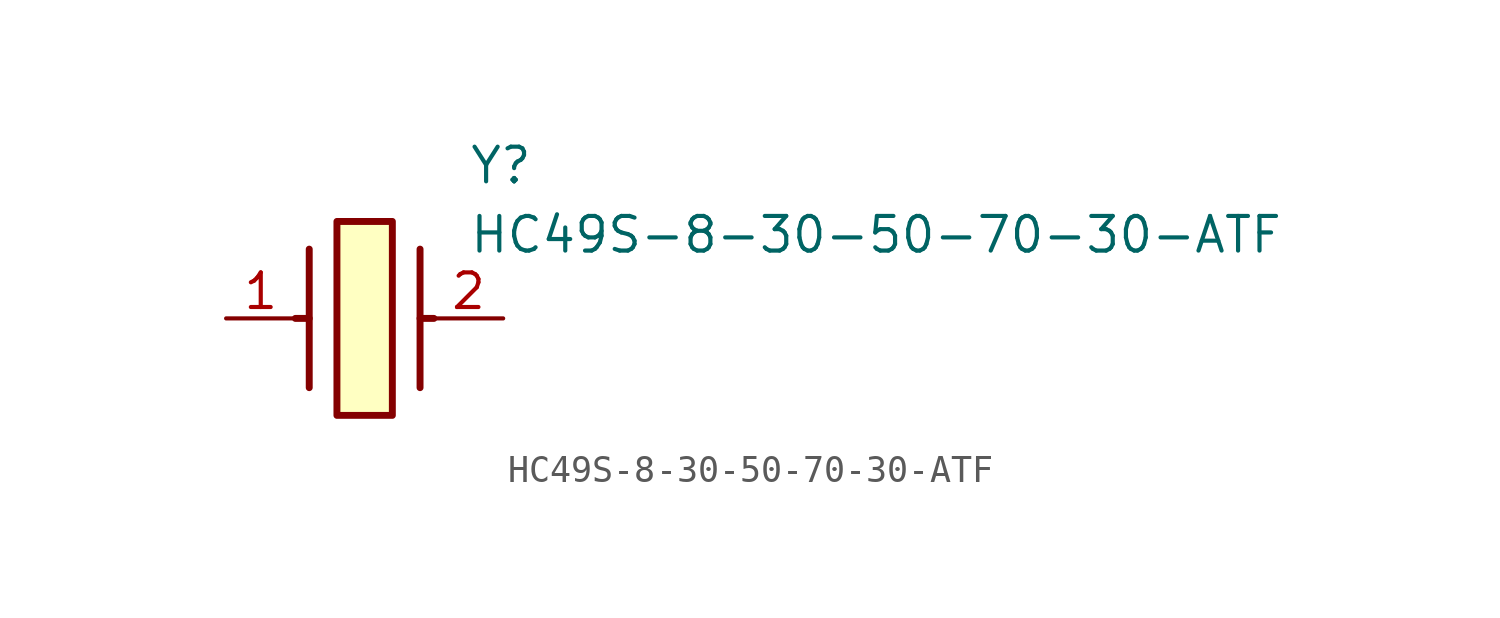
<source format=kicad_sym>
(kicad_symbol_lib
  (version 20211014)
  (generator SamacSys_ECAD_Model)
  (symbol "HC49S-8-30-50-70-30-ATF"
    (pin_names hide)
    (property "Reference" "Y"
      (at 8.89 6.35 0)
      (effects (font (size 1.27 1.27)) (justify left top)))
    (property "Value" "HC49S-8-30-50-70-30-ATF"
      (at 8.89 3.81 0)
      (effects (font (size 1.27 1.27)) (justify left top)))
    (rectangle
      (start 4.064 3.556)
      (end 6.096 -3.556)
      (stroke (width 0.254) (type default))
      (fill (type background)))
    (polyline
      (pts (xy 3.048 2.54) (xy 3.048 -2.54))
      (stroke (width 0.254) (type default))
      (fill (type none)))
    (polyline
      (pts (xy 7.112 2.54) (xy 7.112 -2.54))
      (stroke (width 0.254) (type default))
      (fill (type none)))
    (polyline
      (pts (xy 7.112 0) (xy 7.62 0))
      (stroke (width 0.254) (type default))
      (fill (type none)))
    (polyline
      (pts (xy 3.048 0) (xy 2.54 0))
      (stroke (width 0.254) (type default))
      (fill (type none)))
    (pin passive line
      (at 0 0 0)
      (length 2.54)
      (name "1" (effects (font (size 1.27 1.27))))
      (number "1" (effects (font (size 1.27 1.27)))))
    (pin passive line
      (at 10.16 0 180)
      (length 2.54)
      (name "2" (effects (font (size 1.27 1.27))))
      (number "2" (effects (font (size 1.27 1.27)))))))
</source>
